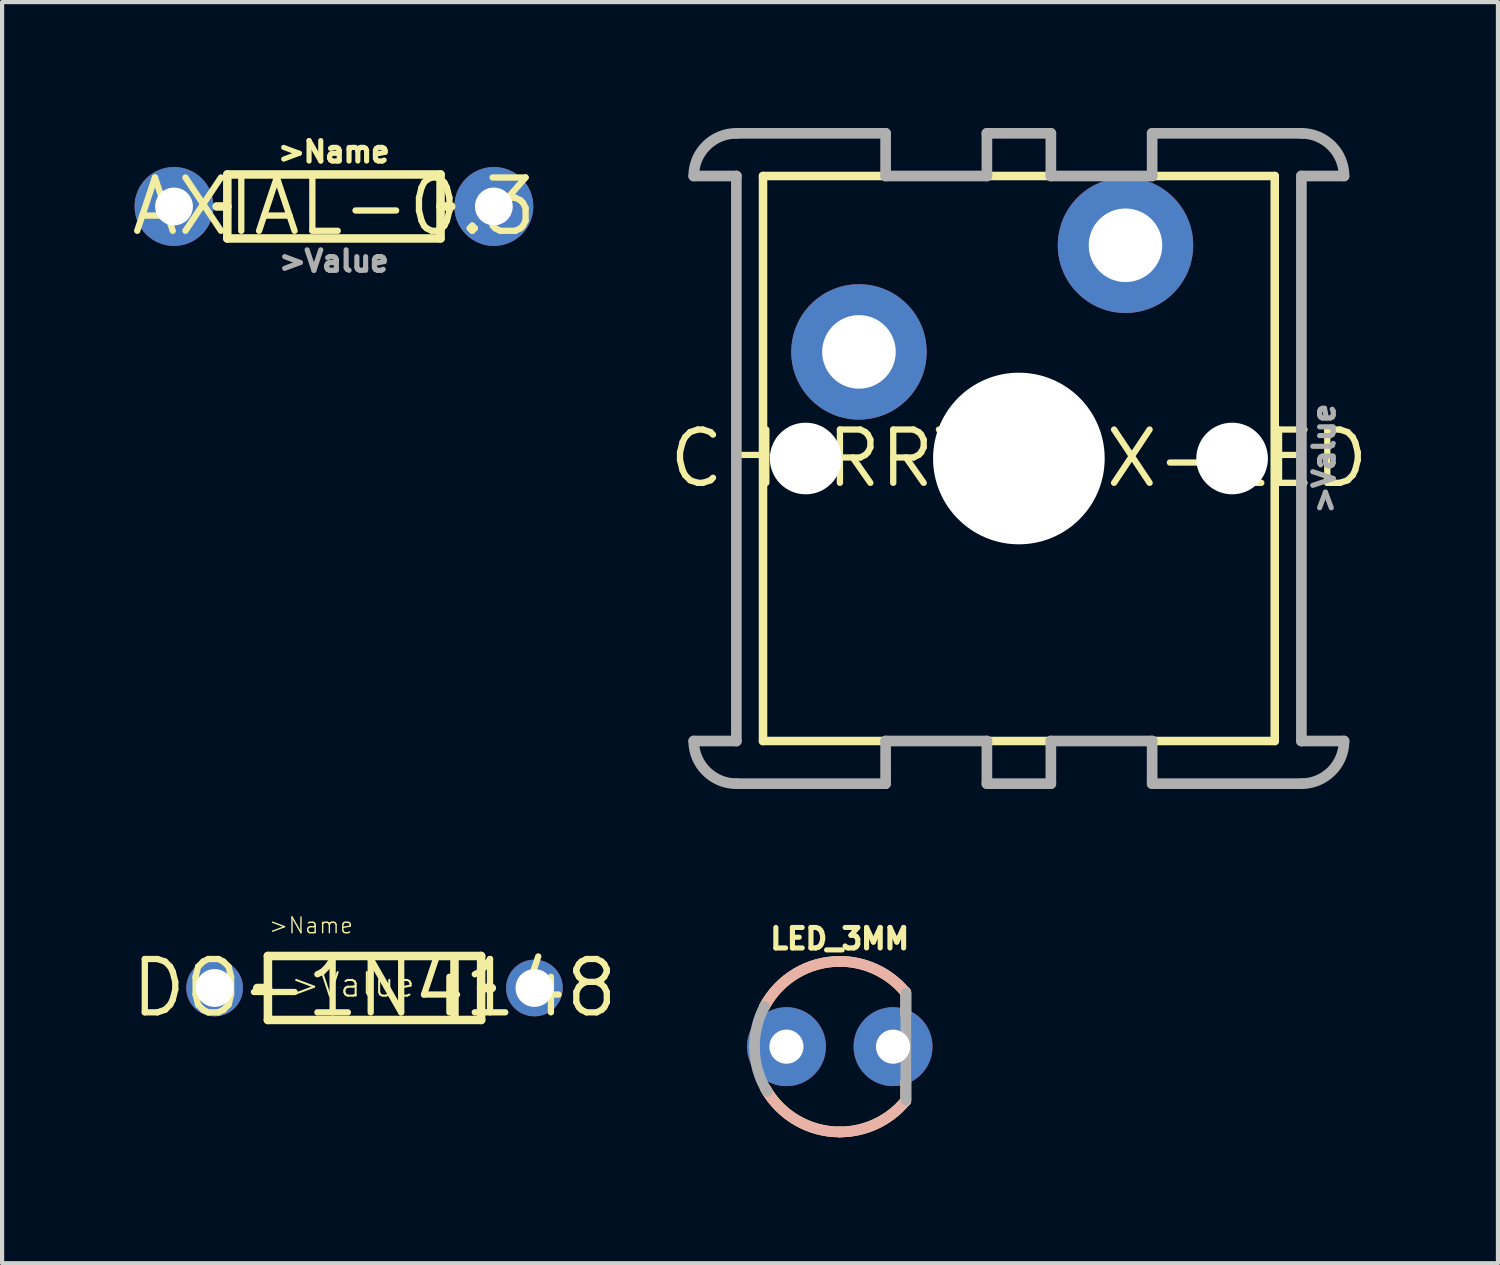
<source format=kicad_pcb>
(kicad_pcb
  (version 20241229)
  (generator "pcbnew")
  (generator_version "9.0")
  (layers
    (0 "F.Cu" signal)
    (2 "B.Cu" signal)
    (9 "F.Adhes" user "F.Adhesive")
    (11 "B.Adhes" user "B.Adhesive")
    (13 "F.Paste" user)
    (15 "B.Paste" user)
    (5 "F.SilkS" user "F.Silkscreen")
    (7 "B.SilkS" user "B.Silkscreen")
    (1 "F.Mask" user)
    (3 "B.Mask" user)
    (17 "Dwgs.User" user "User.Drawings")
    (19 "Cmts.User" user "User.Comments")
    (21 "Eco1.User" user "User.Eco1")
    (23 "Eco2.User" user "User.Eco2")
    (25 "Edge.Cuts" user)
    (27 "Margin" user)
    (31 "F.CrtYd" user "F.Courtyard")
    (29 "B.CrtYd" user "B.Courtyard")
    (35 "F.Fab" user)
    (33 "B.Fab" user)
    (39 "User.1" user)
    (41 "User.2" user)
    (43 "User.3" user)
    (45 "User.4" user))
  (footprint "LED_3MM"
    (layer "F.Cu")
    (at 16.957 21.887)
    (property "Reference" "LED_3MM" (at 0 -2.286 0) (layer "F.SilkS") (effects (font (size 0.488 0.488) (thickness 0.122)) (justify bottom)))
    (fp_line (start 1.575 -1.295) (end 1.575 -0.787) (stroke (width 0.254) (type solid)) (layer "F.SilkS"))
    (fp_line (start 1.575 1.295) (end 1.575 0.838) (stroke (width 0.254) (type solid)) (layer "F.SilkS"))
    (fp_arc (start -1.7929 -0.9562) (mid -1.045438 -1.7424) (end 0 -2.032) (stroke (width 0.254) (type solid)) (layer "F.SilkS"))
    (fp_arc (start 0 -2.032) (mid 0.861864 -1.840173) (end 1.561 -1.3009) (stroke (width 0.254) (type solid)) (layer "F.SilkS"))
    (fp_arc (start 0 2.032) (mid -1.019924 1.757525) (end -1.7643 1.0082) (stroke (width 0.254) (type solid)) (layer "F.SilkS"))
    (fp_arc (start 1.5512 1.3126) (mid 0.854953 1.843405) (end 0 2.032) (stroke (width 0.254) (type solid)) (layer "F.SilkS"))
    (fp_line (start 1.575 -1.295) (end 1.575 -0.787) (stroke (width 0.254) (type solid)) (layer "B.SilkS"))
    (fp_line (start 1.575 1.295) (end 1.575 0.838) (stroke (width 0.254) (type solid)) (layer "B.SilkS"))
    (fp_arc (start -1.7929 -0.9562) (mid -1.045438 -1.7424) (end 0 -2.032) (stroke (width 0.254) (type solid)) (layer "B.SilkS"))
    (fp_arc (start 0 -2.032) (mid 0.861864 -1.840173) (end 1.561 -1.3009) (stroke (width 0.254) (type solid)) (layer "B.SilkS"))
    (fp_arc (start 0 2.032) (mid -1.019924 1.757525) (end -1.7643 1.0082) (stroke (width 0.254) (type solid)) (layer "B.SilkS"))
    (fp_arc (start 1.5512 1.3126) (mid 0.854953 1.843405) (end 0 2.032) (stroke (width 0.254) (type solid)) (layer "B.SilkS"))
    (fp_line (start 1.575 1.27) (end 1.575 -1.27) (stroke (width 0.254) (type solid)) (layer "F.Fab"))
    (fp_arc (start -2.032 0) (mid -1.970339 -0.496775) (end -1.7891 -0.9634) (stroke (width 0.254) (type solid)) (layer "F.Fab"))
    (fp_arc (start -1.7306 1.065) (mid -1.95521 0.553417) (end -2.032 0) (stroke (width 0.254) (type solid)) (layer "F.Fab"))
    (pad "A" thru_hole circle (at -1.27 0) (size 1.88 1.88) (drill 0.813) (layers "*.Cu" "*.Mask"))
    (pad "K" thru_hole circle (at 1.27 0) (size 1.88 1.88) (drill 0.813) (layers "*.Cu" "*.Mask")))
  (footprint "CHERRY-MX-LED"
    (layer "F.Cu")
    (at 21.225 7.874)
    (property "Reference" "CHERRY-MX-LED" (at 0 0 0) (layer "F.SilkS") (effects (font (size 1.27 1.27) (thickness 0.15))))
    (fp_line (start -6.096 -6.731) (end 6.096 -6.731) (stroke (width 0.203) (type solid)) (layer "F.SilkS"))
    (fp_line (start -6.096 6.731) (end -6.096 -6.731) (stroke (width 0.203) (type solid)) (layer "F.SilkS"))
    (fp_line (start 6.096 -6.731) (end 6.096 6.731) (stroke (width 0.203) (type solid)) (layer "F.SilkS"))
    (fp_line (start 6.096 6.731) (end -6.096 6.731) (stroke (width 0.203) (type solid)) (layer "F.SilkS"))
    (fp_line (start -6.731 -7.747) (end -3.175 -7.747) (stroke (width 0.254) (type solid)) (layer "F.Fab"))
    (fp_line (start -6.731 -6.731) (end -7.747 -6.731) (stroke (width 0.254) (type solid)) (layer "F.Fab"))
    (fp_line (start -6.731 6.731) (end -7.747 6.731) (stroke (width 0.254) (type solid)) (layer "F.Fab"))
    (fp_line (start -6.731 6.731) (end -6.731 -6.731) (stroke (width 0.254) (type solid)) (layer "F.Fab"))
    (fp_line (start -6.731 7.747) (end -3.175 7.747) (stroke (width 0.254) (type solid)) (layer "F.Fab"))
    (fp_line (start -3.175 -7.747) (end -3.175 -6.731) (stroke (width 0.254) (type solid)) (layer "F.Fab"))
    (fp_line (start -3.175 -6.731) (end -0.762 -6.731) (stroke (width 0.254) (type solid)) (layer "F.Fab"))
    (fp_line (start -3.175 7.747) (end -3.175 6.731) (stroke (width 0.254) (type solid)) (layer "F.Fab"))
    (fp_line (start -0.762 -7.747) (end 0.762 -7.747) (stroke (width 0.254) (type solid)) (layer "F.Fab"))
    (fp_line (start -0.762 -6.731) (end -0.762 -7.747) (stroke (width 0.254) (type solid)) (layer "F.Fab"))
    (fp_line (start -0.762 6.731) (end -3.175 6.731) (stroke (width 0.254) (type solid)) (layer "F.Fab"))
    (fp_line (start -0.762 7.747) (end -0.762 6.731) (stroke (width 0.254) (type solid)) (layer "F.Fab"))
    (fp_line (start 0.762 -7.747) (end 0.762 -6.731) (stroke (width 0.254) (type solid)) (layer "F.Fab"))
    (fp_line (start 0.762 -6.731) (end 3.175 -6.731) (stroke (width 0.254) (type solid)) (layer "F.Fab"))
    (fp_line (start 0.762 6.731) (end 0.762 7.747) (stroke (width 0.254) (type solid)) (layer "F.Fab"))
    (fp_line (start 0.762 7.747) (end -0.762 7.747) (stroke (width 0.254) (type solid)) (layer "F.Fab"))
    (fp_line (start 3.175 -7.747) (end 3.175 -6.731) (stroke (width 0.254) (type solid)) (layer "F.Fab"))
    (fp_line (start 3.175 6.731) (end 0.762 6.731) (stroke (width 0.254) (type solid)) (layer "F.Fab"))
    (fp_line (start 3.175 7.747) (end 3.175 6.731) (stroke (width 0.254) (type solid)) (layer "F.Fab"))
    (fp_line (start 6.731 -7.747) (end 3.175 -7.747) (stroke (width 0.254) (type solid)) (layer "F.Fab"))
    (fp_line (start 6.731 -6.731) (end 6.731 6.731) (stroke (width 0.254) (type solid)) (layer "F.Fab"))
    (fp_line (start 6.731 -6.731) (end 7.747 -6.731) (stroke (width 0.254) (type solid)) (layer "F.Fab"))
    (fp_line (start 6.731 6.731) (end 7.747 6.731) (stroke (width 0.254) (type solid)) (layer "F.Fab"))
    (fp_line (start 6.731 7.747) (end 3.175 7.747) (stroke (width 0.254) (type solid)) (layer "F.Fab"))
    (fp_arc (start -7.747 -6.731) (mid -7.44942 -7.44942) (end -6.731 -7.747) (stroke (width 0.254) (type solid)) (layer "F.Fab"))
    (fp_arc (start -6.731 7.747) (mid -7.44942 7.44942) (end -7.747 6.731) (stroke (width 0.254) (type solid)) (layer "F.Fab"))
    (fp_arc (start 6.731 -7.747) (mid 7.44942 -7.44942) (end 7.747 -6.731) (stroke (width 0.254) (type solid)) (layer "F.Fab"))
    (fp_arc (start 7.747 6.731) (mid 7.44942 7.44942) (end 6.731 7.747) (stroke (width 0.254) (type solid)) (layer "F.Fab"))
    (fp_text user ">Value" (at 6.985 0 90) (layer "F.Fab") (effects (font (size 0.488 0.488) (thickness 0.122)) (justify top)))
    (pad "" np_thru_hole circle (at -5.08 0) (size 1.707 1.707) (drill 1.707) (layers "*.Cu" "*.Mask"))
    (pad "" np_thru_hole circle (at 0 0) (size 4.089 4.089) (drill 4.089) (layers "*.Cu" "*.Mask"))
    (pad "" np_thru_hole circle (at 5.08 0) (size 1.707 1.707) (drill 1.707) (layers "*.Cu" "*.Mask"))
    (pad "S1" thru_hole circle (at -3.81 -2.54) (size 3.226 3.226) (drill 1.753) (layers "*.Cu" "*.Mask"))
    (pad "S2" thru_hole circle (at 2.54 -5.08) (size 3.226 3.226) (drill 1.753) (layers "*.Cu" "*.Mask")))
  (footprint "AXIAL-0.3"
    (layer "F.Cu")
    (at 4.906 1.869)
    (property "Reference" "AXIAL-0.3" (at 0 0 0) (layer "F.SilkS") (effects (font (size 1.27 1.27) (thickness 0.15))))
    (fp_line (start -2.54 -0.762) (end 2.54 -0.762) (stroke (width 0.203) (type solid)) (layer "F.SilkS"))
    (fp_line (start -2.54 0) (end -2.794 0) (stroke (width 0.203) (type solid)) (layer "F.SilkS"))
    (fp_line (start -2.54 0) (end -2.54 -0.762) (stroke (width 0.203) (type solid)) (layer "F.SilkS"))
    (fp_line (start -2.54 0.762) (end -2.54 0) (stroke (width 0.203) (type solid)) (layer "F.SilkS"))
    (fp_line (start 2.54 -0.762) (end 2.54 0) (stroke (width 0.203) (type solid)) (layer "F.SilkS"))
    (fp_line (start 2.54 0) (end 2.54 0.762) (stroke (width 0.203) (type solid)) (layer "F.SilkS"))
    (fp_line (start 2.54 0) (end 2.794 0) (stroke (width 0.203) (type solid)) (layer "F.SilkS"))
    (fp_line (start 2.54 0.762) (end -2.54 0.762) (stroke (width 0.203) (type solid)) (layer "F.SilkS"))
    (fp_text user ">Name" (at 0 -1.016 0) (layer "F.SilkS") (effects (font (size 0.488 0.488) (thickness 0.122)) (justify bottom)))
    (fp_text user ">Value" (at 0 1.016 0) (layer "F.Fab") (effects (font (size 0.488 0.488) (thickness 0.122)) (justify top)))
    (pad "P$1" thru_hole circle (at -3.81 0) (size 1.88 1.88) (drill 0.9) (layers "*.Cu" "*.Mask"))
    (pad "P$2" thru_hole circle (at 3.81 0) (size 1.88 1.88) (drill 0.9) (layers "*.Cu" "*.Mask")))
  (footprint "DO-1N4148"
    (layer "F.Cu")
    (at 5.873 20.489)
    (property "Reference" "DO-1N4148" (at 0 0 0) (layer "F.SilkS") (effects (font (size 1.27 1.27) (thickness 0.15))))
    (fp_line (start -2.54 -0.762) (end 2.54 -0.762) (stroke (width 0.203) (type solid)) (layer "F.SilkS"))
    (fp_line (start -2.54 0) (end -2.794 0) (stroke (width 0.203) (type solid)) (layer "F.SilkS"))
    (fp_line (start -2.54 0) (end -2.54 -0.762) (stroke (width 0.203) (type solid)) (layer "F.SilkS"))
    (fp_line (start -2.54 0.762) (end -2.54 0) (stroke (width 0.203) (type solid)) (layer "F.SilkS"))
    (fp_line (start 1.905 -0.635) (end 1.905 0.635) (stroke (width 0.203) (type solid)) (layer "F.SilkS"))
    (fp_line (start 2.54 -0.762) (end 2.54 0) (stroke (width 0.203) (type solid)) (layer "F.SilkS"))
    (fp_line (start 2.54 0) (end 2.54 0.762) (stroke (width 0.203) (type solid)) (layer "F.SilkS"))
    (fp_line (start 2.54 0) (end 2.794 0) (stroke (width 0.203) (type solid)) (layer "F.SilkS"))
    (fp_line (start 2.54 0.762) (end -2.54 0.762) (stroke (width 0.203) (type solid)) (layer "F.SilkS"))
    (fp_text user ">Name" (at -2.54 -1.27 0) (layer "F.SilkS") (effects (font (size 0.374 0.374) (thickness 0.033)) (justify left bottom)))
    (fp_text user ">Value" (at -2.032 0.254 0) (layer "F.SilkS") (effects (font (size 0.561 0.561) (thickness 0.049)) (justify left bottom)))
    (pad "A" thru_hole circle (at -3.81 0) (size 1.35 1.35) (drill 0.9) (layers "*.Cu" "*.Mask"))
    (pad "C" thru_hole circle (at 3.81 0) (size 1.35 1.35) (drill 0.9) (layers "*.Cu" "*.Mask")))
  (gr_rect
    (start -3 -3)
    (end 32.639 27.046)
    (stroke (width 0.1) (type default))
    (fill no)
    (layer "Edge.Cuts")))
</source>
